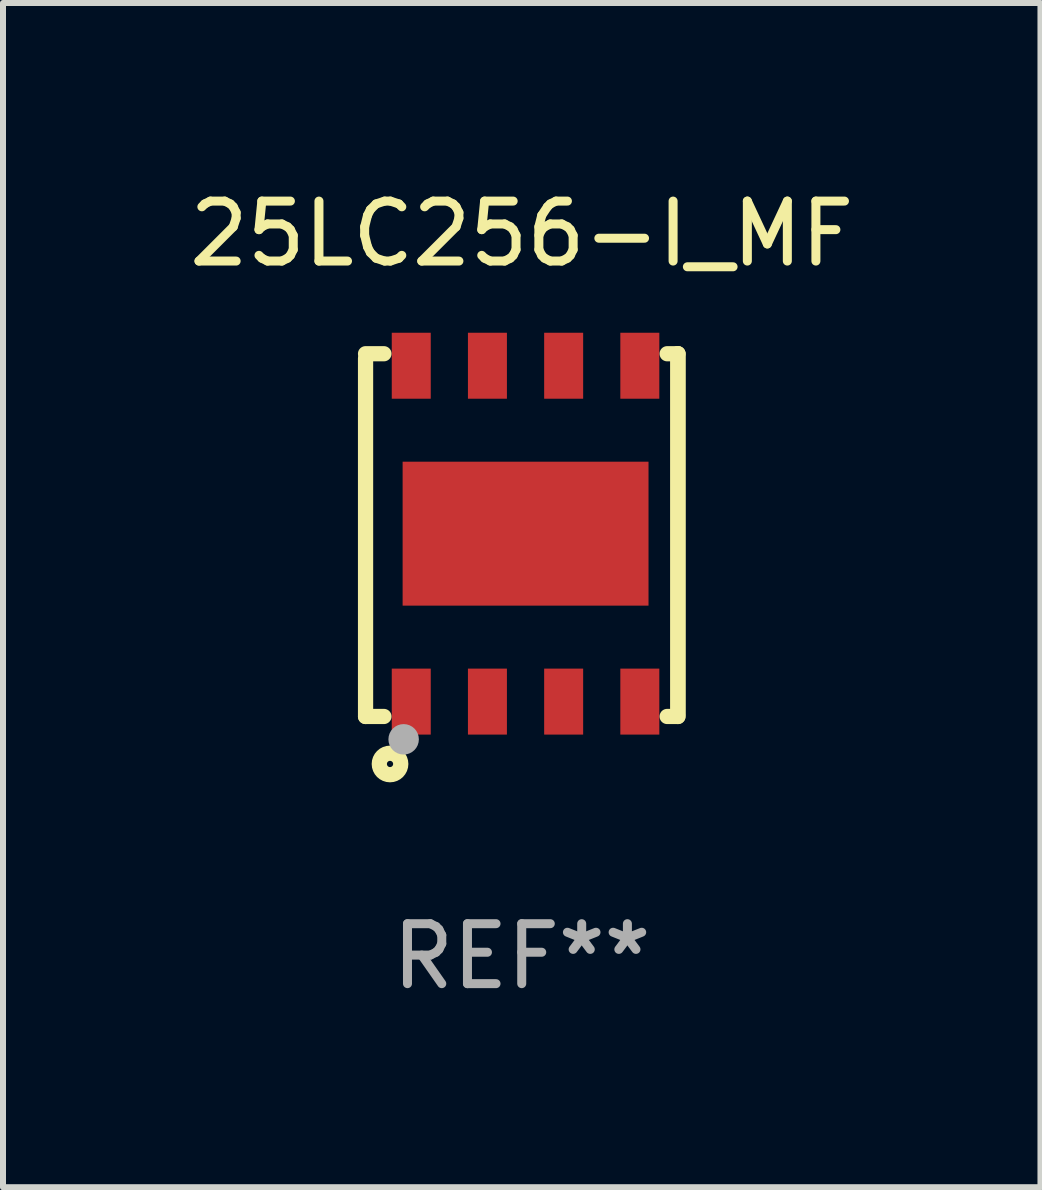
<source format=kicad_pcb>
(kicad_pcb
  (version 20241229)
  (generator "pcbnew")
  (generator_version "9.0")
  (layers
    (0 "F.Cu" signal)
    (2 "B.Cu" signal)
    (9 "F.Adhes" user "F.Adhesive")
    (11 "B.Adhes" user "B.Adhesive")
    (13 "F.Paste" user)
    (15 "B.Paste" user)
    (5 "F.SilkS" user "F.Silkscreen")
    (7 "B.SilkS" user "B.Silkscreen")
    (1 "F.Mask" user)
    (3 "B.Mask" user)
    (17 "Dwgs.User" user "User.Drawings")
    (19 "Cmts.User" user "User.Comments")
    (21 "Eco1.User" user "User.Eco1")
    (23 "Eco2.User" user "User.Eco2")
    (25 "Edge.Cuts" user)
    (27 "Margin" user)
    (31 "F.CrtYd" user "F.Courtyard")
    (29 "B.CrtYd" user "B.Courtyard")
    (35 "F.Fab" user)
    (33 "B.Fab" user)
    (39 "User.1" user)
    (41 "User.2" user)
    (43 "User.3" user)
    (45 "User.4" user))
  (footprint "25LC256-I_MF"
    (layer "F.Cu")
    (at 5.649 5.872)
    (property "Reference" "25LC256-I_MF" (at 0 -5.024 0) (layer "F.SilkS") (effects (font (size 1 1) (thickness 0.15))))
    (attr through_hole)
    (fp_line (start -2.604 -2.945) (end -2.604 3.024) (stroke (width 0.254) (type solid)) (layer "F.SilkS"))
    (fp_line (start -2.604 3.024) (end -2.298 3.024) (stroke (width 0.254) (type solid)) (layer "F.SilkS"))
    (fp_line (start -2.298 -3.024) (end -2.604 -3.024) (stroke (width 0.254) (type solid)) (layer "F.SilkS"))
    (fp_line (start 2.425 3.024) (end 2.604 3.024) (stroke (width 0.254) (type solid)) (layer "F.SilkS"))
    (fp_line (start 2.604 -3.024) (end 2.425 -3.024) (stroke (width 0.254) (type solid)) (layer "F.SilkS"))
    (fp_line (start 2.604 -3.024) (end 2.604 2.976) (stroke (width 0.254) (type solid)) (layer "F.SilkS"))
    (fp_line (start 2.604 3.024) (end 2.604 -3.024) (stroke (width 0.254) (type solid)) (layer "F.SilkS"))
    (fp_circle (center -2.437 2.976) (end -2.407 2.976) (stroke (width 0.06) (type solid)) (fill no) (layer "F.SilkS"))
    (fp_circle (center -2.196 3.816) (end -2.017 3.816) (stroke (width 0.254) (type solid)) (fill no) (layer "F.SilkS"))
    (fp_circle (center -1.969 3.405) (end -1.842 3.405) (stroke (width 0.254) (type solid)) (fill no) (layer "F.Fab"))
    (fp_text user "REF**" (at 0 7.024 0) (layer "F.Fab") (effects (font (size 1 1) (thickness 0.15))))
    (pad "1" smd rect (at -1.842 2.776) (size 0.65 1.1) (layers "F.Cu" "F.Mask" "F.Paste"))
    (pad "2" smd rect (at -0.572 2.776) (size 0.65 1.1) (layers "F.Cu" "F.Mask" "F.Paste"))
    (pad "3" smd rect (at 0.699 2.776) (size 0.65 1.1) (layers "F.Cu" "F.Mask" "F.Paste"))
    (pad "4" smd rect (at 1.969 2.776) (size 0.65 1.1) (layers "F.Cu" "F.Mask" "F.Paste"))
    (pad "5" smd rect (at 1.969 -2.824) (size 0.65 1.1) (layers "F.Cu" "F.Mask" "F.Paste"))
    (pad "6" smd rect (at 0.699 -2.824) (size 0.65 1.1) (layers "F.Cu" "F.Mask" "F.Paste"))
    (pad "7" smd rect (at -0.572 -2.824) (size 0.65 1.1) (layers "F.Cu" "F.Mask" "F.Paste"))
    (pad "8" smd rect (at -1.842 -2.824) (size 0.65 1.1) (layers "F.Cu" "F.Mask" "F.Paste"))
    (pad "9" smd rect (at 0.064 -0.024) (size 4.1 2.4) (layers "F.Cu" "F.Mask" "F.Paste")))
  (gr_rect
    (start -3 -3)
    (end 14.298 16.745)
    (stroke (width 0.1) (type default))
    (fill no)
    (layer "Edge.Cuts")))
</source>
